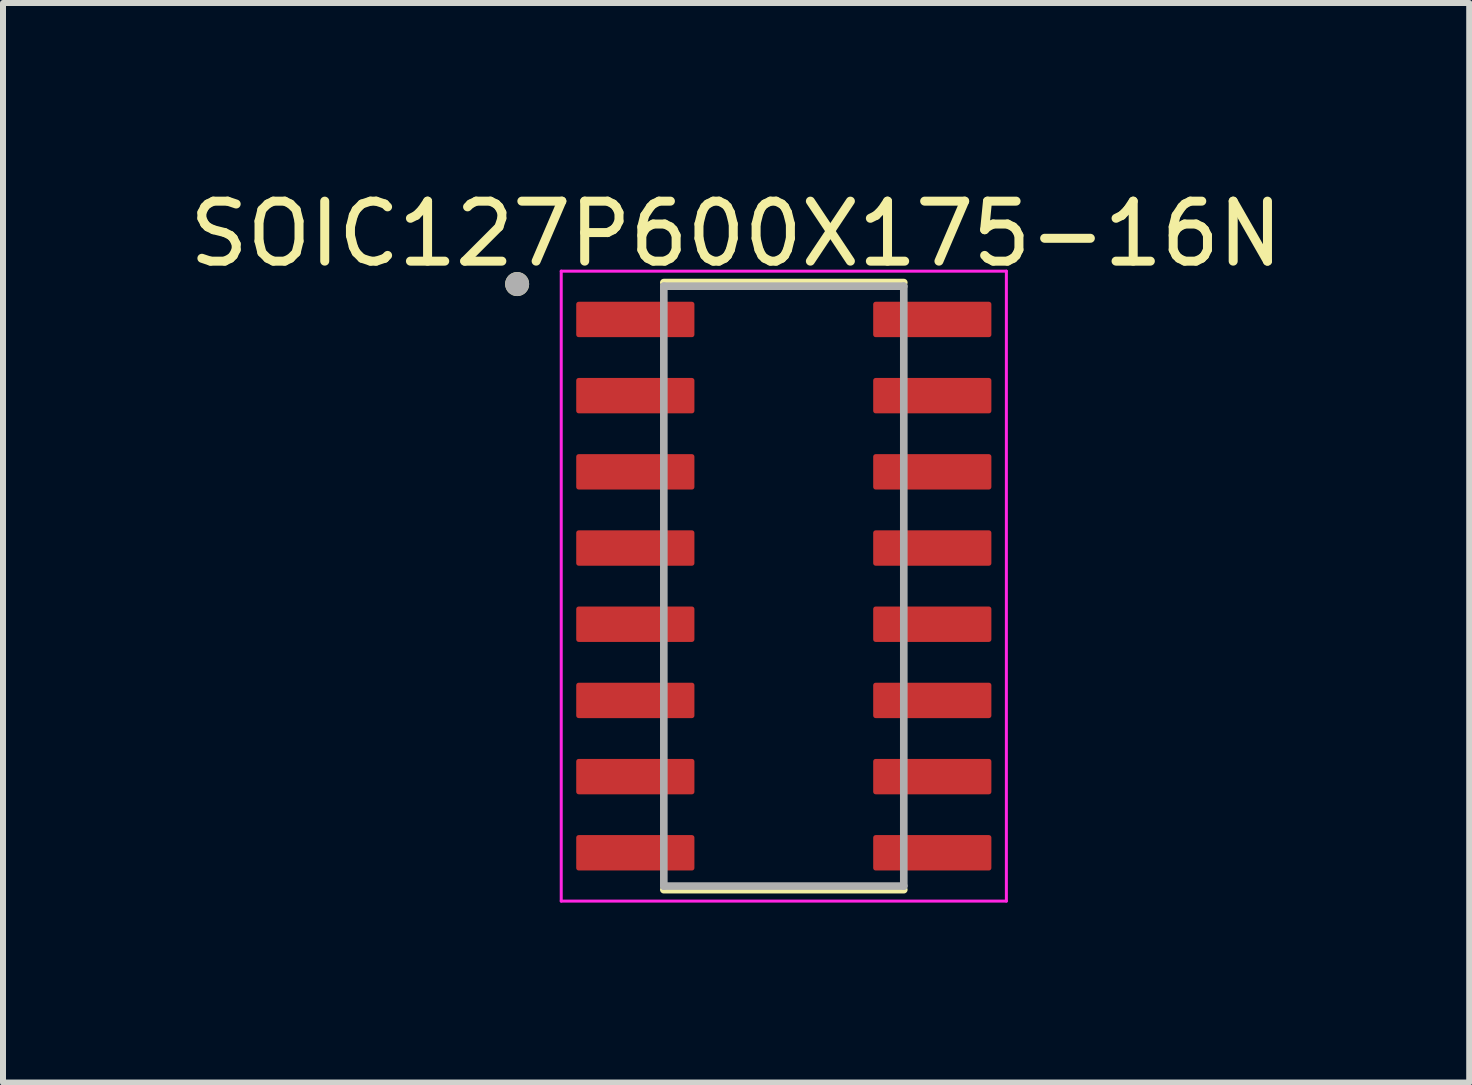
<source format=kicad_pcb>
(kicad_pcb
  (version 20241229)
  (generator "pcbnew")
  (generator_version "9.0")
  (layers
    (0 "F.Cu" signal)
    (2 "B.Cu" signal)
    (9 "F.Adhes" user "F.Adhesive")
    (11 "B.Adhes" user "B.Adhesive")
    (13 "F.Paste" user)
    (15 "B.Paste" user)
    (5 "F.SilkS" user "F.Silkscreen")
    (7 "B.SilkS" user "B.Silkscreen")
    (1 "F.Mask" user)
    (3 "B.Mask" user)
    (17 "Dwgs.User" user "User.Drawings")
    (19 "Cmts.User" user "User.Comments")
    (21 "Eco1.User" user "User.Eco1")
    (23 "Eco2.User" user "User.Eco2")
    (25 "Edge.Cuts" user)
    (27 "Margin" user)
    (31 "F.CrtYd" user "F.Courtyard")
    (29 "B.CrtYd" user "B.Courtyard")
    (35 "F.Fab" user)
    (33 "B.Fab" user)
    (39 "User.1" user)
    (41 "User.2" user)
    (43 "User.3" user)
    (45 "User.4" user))
  (footprint "SOIC127P600X175-16N"
    (layer "F.Cu")
    (at 10.015 6.72)
    (property "Reference" "SOIC127P600X175-16N" (at -0.795 -5.872 0) (layer "F.SilkS") (effects (font (size 1 1) (thickness 0.15))))
    (attr through_hole)
    (fp_line (start -2 -5.06) (end 2 -5.06) (stroke (width 0.127) (type solid)) (layer "F.SilkS"))
    (fp_line (start -2 5.06) (end 2 5.06) (stroke (width 0.127) (type solid)) (layer "F.SilkS"))
    (fp_circle (center -4.445 -5.035) (end -4.345 -5.035) (stroke (width 0.2) (type solid)) (fill no) (layer "F.SilkS"))
    (fp_line (start -3.71 -5.25) (end -3.71 5.25) (stroke (width 0.05) (type solid)) (layer "F.CrtYd"))
    (fp_line (start -3.71 -5.25) (end 3.71 -5.25) (stroke (width 0.05) (type solid)) (layer "F.CrtYd"))
    (fp_line (start -3.71 5.25) (end 3.71 5.25) (stroke (width 0.05) (type solid)) (layer "F.CrtYd"))
    (fp_line (start 3.71 -5.25) (end 3.71 5.25) (stroke (width 0.05) (type solid)) (layer "F.CrtYd"))
    (fp_line (start -2 -5) (end -2 5) (stroke (width 0.127) (type solid)) (layer "F.Fab"))
    (fp_line (start -2 -5) (end 2 -5) (stroke (width 0.127) (type solid)) (layer "F.Fab"))
    (fp_line (start -2 5) (end 2 5) (stroke (width 0.127) (type solid)) (layer "F.Fab"))
    (fp_line (start 2 -5) (end 2 5) (stroke (width 0.127) (type solid)) (layer "F.Fab"))
    (fp_circle (center -4.445 -5.035) (end -4.345 -5.035) (stroke (width 0.2) (type solid)) (fill no) (layer "F.Fab"))
    (pad "1" smd roundrect (at -2.475 -4.445) (size 1.97 0.59) (layers "F.Cu" "F.Mask" "F.Paste") (roundrect_rratio 0.07))
    (pad "2" smd roundrect (at -2.475 -3.175) (size 1.97 0.59) (layers "F.Cu" "F.Mask" "F.Paste") (roundrect_rratio 0.07))
    (pad "3" smd roundrect (at -2.475 -1.905) (size 1.97 0.59) (layers "F.Cu" "F.Mask" "F.Paste") (roundrect_rratio 0.07))
    (pad "4" smd roundrect (at -2.475 -0.635) (size 1.97 0.59) (layers "F.Cu" "F.Mask" "F.Paste") (roundrect_rratio 0.07))
    (pad "5" smd roundrect (at -2.475 0.635) (size 1.97 0.59) (layers "F.Cu" "F.Mask" "F.Paste") (roundrect_rratio 0.07))
    (pad "6" smd roundrect (at -2.475 1.905) (size 1.97 0.59) (layers "F.Cu" "F.Mask" "F.Paste") (roundrect_rratio 0.07))
    (pad "7" smd roundrect (at -2.475 3.175) (size 1.97 0.59) (layers "F.Cu" "F.Mask" "F.Paste") (roundrect_rratio 0.07))
    (pad "8" smd roundrect (at -2.475 4.445) (size 1.97 0.59) (layers "F.Cu" "F.Mask" "F.Paste") (roundrect_rratio 0.07))
    (pad "9" smd roundrect (at 2.475 4.445) (size 1.97 0.59) (layers "F.Cu" "F.Mask" "F.Paste") (roundrect_rratio 0.07))
    (pad "10" smd roundrect (at 2.475 3.175) (size 1.97 0.59) (layers "F.Cu" "F.Mask" "F.Paste") (roundrect_rratio 0.07))
    (pad "11" smd roundrect (at 2.475 1.905) (size 1.97 0.59) (layers "F.Cu" "F.Mask" "F.Paste") (roundrect_rratio 0.07))
    (pad "12" smd roundrect (at 2.475 0.635) (size 1.97 0.59) (layers "F.Cu" "F.Mask" "F.Paste") (roundrect_rratio 0.07))
    (pad "13" smd roundrect (at 2.475 -0.635) (size 1.97 0.59) (layers "F.Cu" "F.Mask" "F.Paste") (roundrect_rratio 0.07))
    (pad "14" smd roundrect (at 2.475 -1.905) (size 1.97 0.59) (layers "F.Cu" "F.Mask" "F.Paste") (roundrect_rratio 0.07))
    (pad "15" smd roundrect (at 2.475 -3.175) (size 1.97 0.59) (layers "F.Cu" "F.Mask" "F.Paste") (roundrect_rratio 0.07))
    (pad "16" smd roundrect (at 2.475 -4.445) (size 1.97 0.59) (layers "F.Cu" "F.Mask" "F.Paste") (roundrect_rratio 0.07)))
  (gr_rect
    (start -3 -3)
    (end 21.44 14.995)
    (stroke (width 0.1) (type default))
    (fill no)
    (layer "Edge.Cuts")))
</source>
